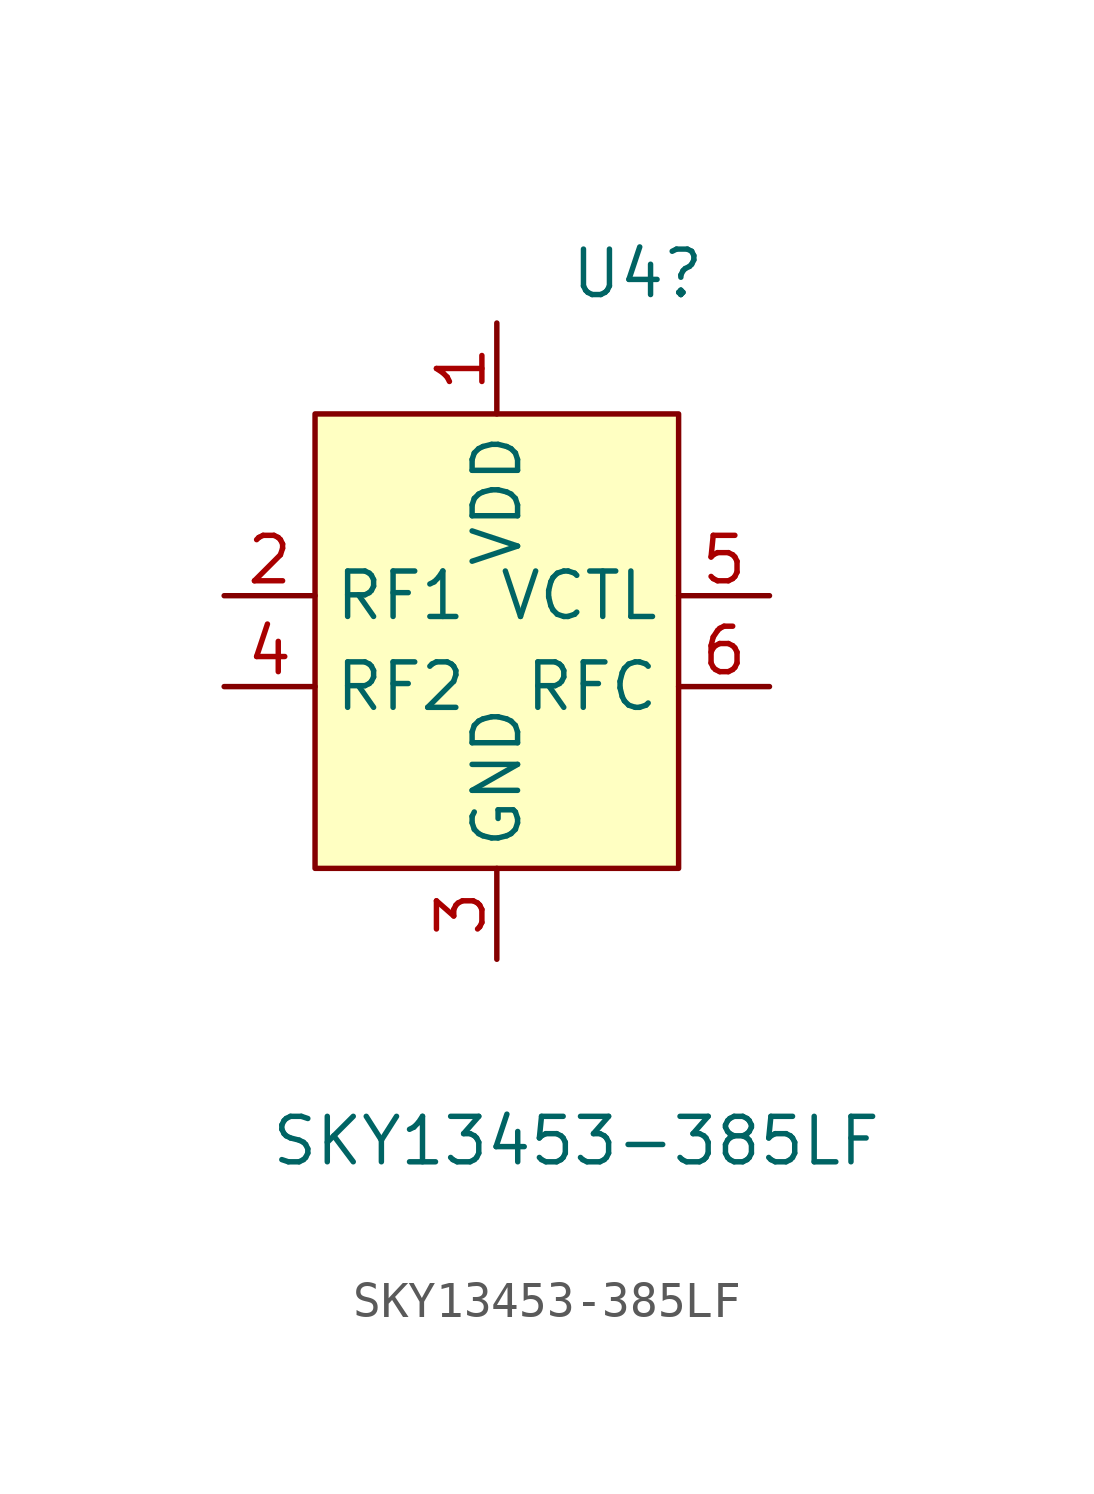
<source format=kicad_sym>
(kicad_symbol_lib
  (version 20211014)
  (generator kicad_symbol_editor)
  (symbol "SKY13453-385LF"
    (property "Reference" "U4"
      (at 2.019 10.266 0)
      (effects (font (size 1.27 1.27)) (justify left)))
    (property "Value" "SKY13453-385LF"
      (at -6.35 -13.97 0)
      (effects (font (size 1.27 1.27)) (justify left)))
    (symbol "SKY13453-385LF_0_1"
      (rectangle (start -5.08 6.35) (end 5.08 -6.35) (stroke (width 0.152) (type default) (color 0 0 0 0)) (fill (type background))))
    (symbol "SKY13453-385LF_1_1"
      (pin power_in line (at 0 8.89 270) (length 2.54) (name "VDD" (effects (font (size 1.27 1.27)))) (number "1" (effects (font (size 1.27 1.27)))))
      (pin passive line (at -7.62 1.27 0) (length 2.54) (name "RF1" (effects (font (size 1.27 1.27)))) (number "2" (effects (font (size 1.27 1.27)))))
      (pin power_in line (at 0 -8.89 90) (length 2.54) (name "GND" (effects (font (size 1.27 1.27)))) (number "3" (effects (font (size 1.27 1.27)))))
      (pin passive line (at -7.62 -1.27 0) (length 2.54) (name "RF2" (effects (font (size 1.27 1.27)))) (number "4" (effects (font (size 1.27 1.27)))))
      (pin input line (at 7.62 1.27 180) (length 2.54) (name "VCTL" (effects (font (size 1.27 1.27)))) (number "5" (effects (font (size 1.27 1.27)))))
      (pin passive line (at 7.62 -1.27 180) (length 2.54) (name "RFC" (effects (font (size 1.27 1.27)))) (number "6" (effects (font (size 1.27 1.27))))))))
</source>
